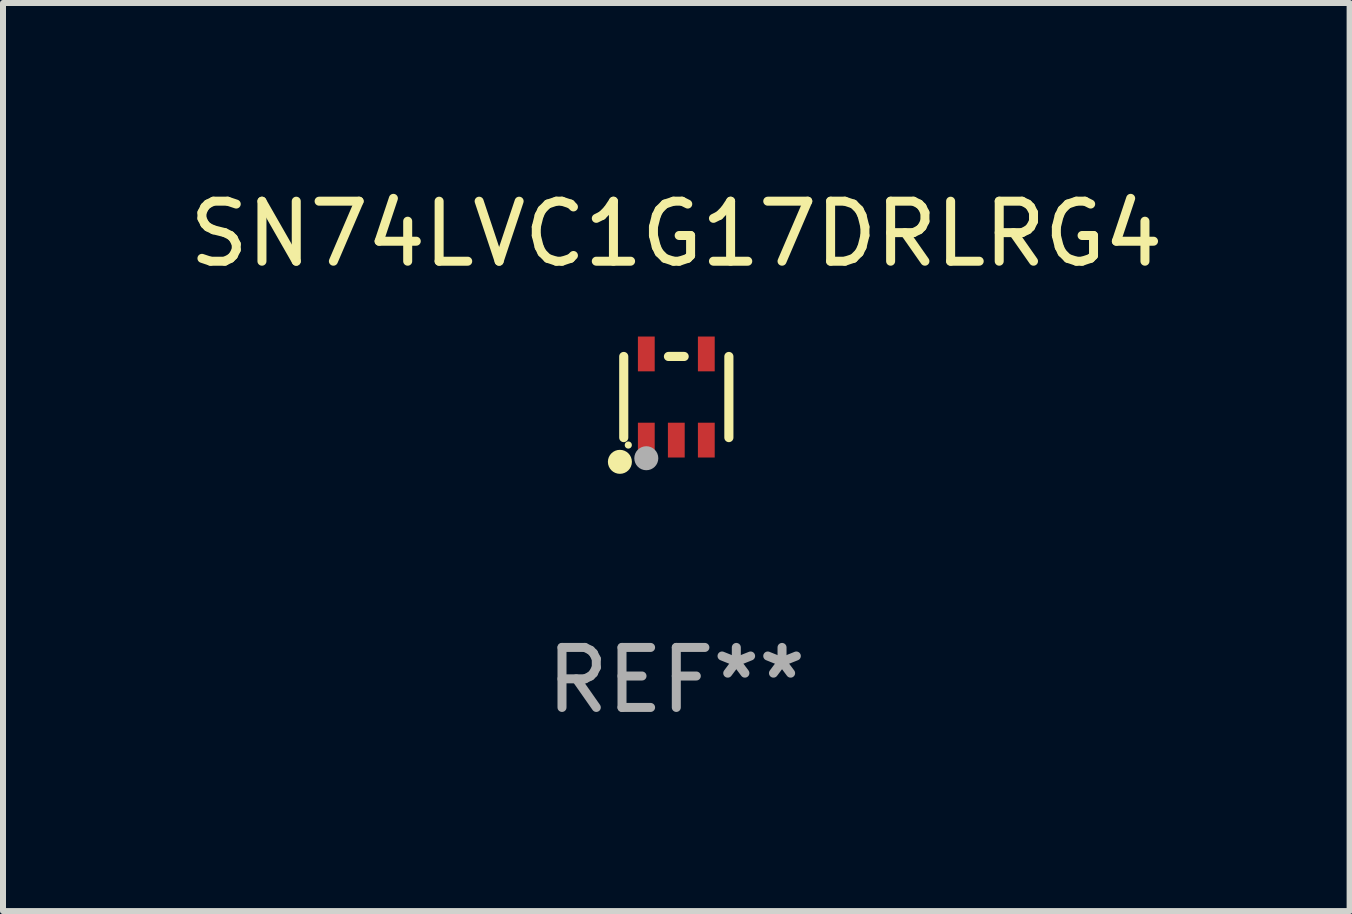
<source format=kicad_pcb>
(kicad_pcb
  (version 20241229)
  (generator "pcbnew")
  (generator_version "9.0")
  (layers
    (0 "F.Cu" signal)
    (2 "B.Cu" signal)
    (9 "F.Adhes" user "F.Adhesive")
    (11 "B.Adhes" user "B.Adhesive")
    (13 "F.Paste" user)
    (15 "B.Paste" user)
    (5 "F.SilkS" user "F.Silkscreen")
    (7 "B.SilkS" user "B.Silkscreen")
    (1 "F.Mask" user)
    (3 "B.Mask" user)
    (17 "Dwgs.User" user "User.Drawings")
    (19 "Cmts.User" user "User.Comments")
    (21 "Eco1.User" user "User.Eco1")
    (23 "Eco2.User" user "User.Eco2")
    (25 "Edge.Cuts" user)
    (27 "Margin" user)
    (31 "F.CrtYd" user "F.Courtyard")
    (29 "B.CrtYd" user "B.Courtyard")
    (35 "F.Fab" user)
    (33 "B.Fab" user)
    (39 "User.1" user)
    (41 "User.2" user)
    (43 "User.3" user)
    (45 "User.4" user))
  (footprint "SN74LVC1G17DRLRG4"
    (layer "F.Cu")
    (at 8.22 3.566)
    (property "Reference" "SN74LVC1G17DRLRG4" (at 0 -2.718 0) (layer "F.SilkS") (effects (font (size 1 1) (thickness 0.15))))
    (attr through_hole)
    (fp_line (start -0.876 0.676) (end -0.876 -0.676) (stroke (width 0.152) (type solid)) (layer "F.SilkS"))
    (fp_line (start 0.131 -0.676) (end -0.131 -0.676) (stroke (width 0.152) (type solid)) (layer "F.SilkS"))
    (fp_line (start 0.876 0.676) (end 0.876 -0.676) (stroke (width 0.152) (type solid)) (layer "F.SilkS"))
    (fp_circle (center -0.94 1.08) (end -0.84 1.08) (stroke (width 0.2) (type solid)) (fill no) (layer "F.SilkS"))
    (fp_circle (center -0.8 0.8) (end -0.77 0.8) (stroke (width 0.06) (type solid)) (fill no) (layer "F.SilkS"))
    (fp_circle (center -0.5 1.02) (end -0.4 1.02) (stroke (width 0.2) (type solid)) (fill no) (layer "F.Fab"))
    (fp_text user "REF**" (at 0 4.718 0) (layer "F.Fab") (effects (font (size 1 1) (thickness 0.15))))
    (pad "1" smd rect (at -0.5 0.718) (size 0.28 0.58) (layers "F.Cu" "F.Mask" "F.Paste"))
    (pad "2" smd rect (at -0.000102 0.718) (size 0.28 0.58) (layers "F.Cu" "F.Mask" "F.Paste"))
    (pad "3" smd rect (at 0.5 0.718) (size 0.28 0.58) (layers "F.Cu" "F.Mask" "F.Paste"))
    (pad "4" smd rect (at 0.5 -0.718) (size 0.28 0.58) (layers "F.Cu" "F.Mask" "F.Paste"))
    (pad "5" smd rect (at -0.5 -0.718) (size 0.28 0.58) (layers "F.Cu" "F.Mask" "F.Paste")))
  (gr_rect
    (start -3 -3)
    (end 19.44 12.132)
    (stroke (width 0.1) (type default))
    (fill no)
    (layer "Edge.Cuts")))
</source>
